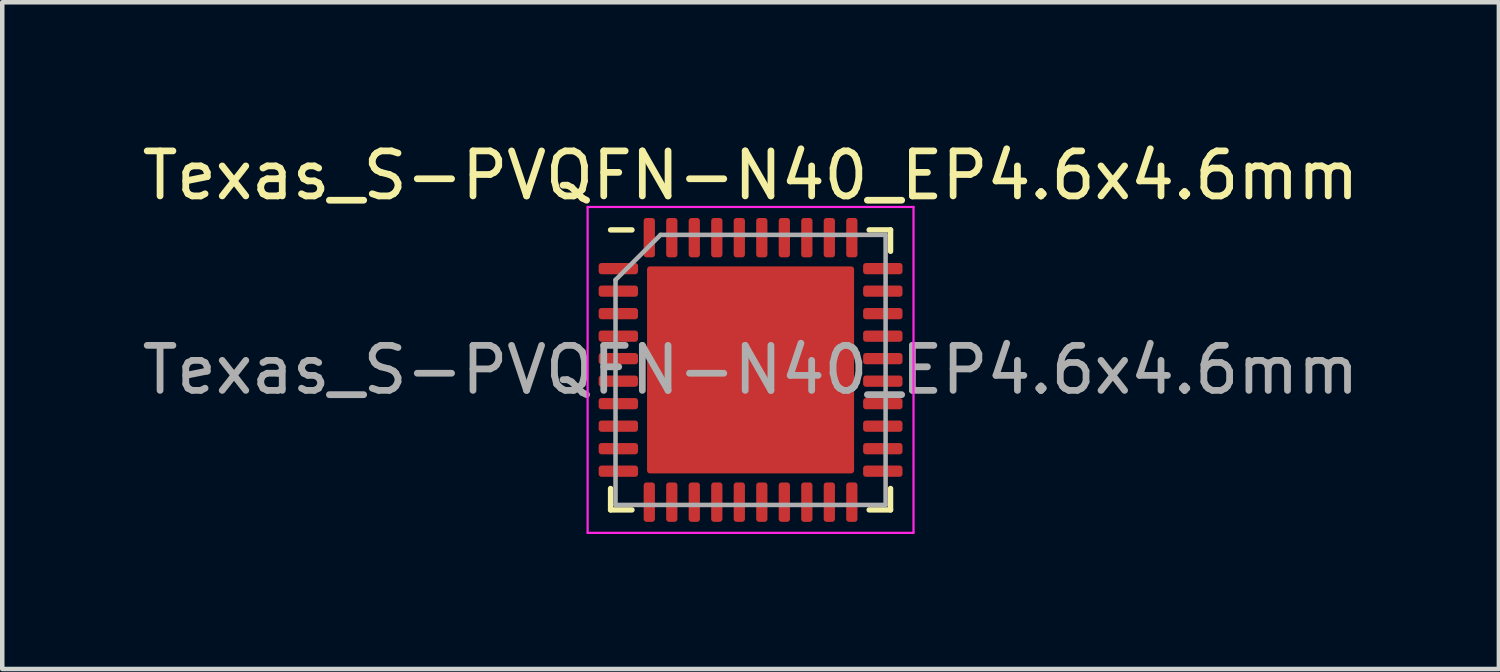
<source format=kicad_pcb>
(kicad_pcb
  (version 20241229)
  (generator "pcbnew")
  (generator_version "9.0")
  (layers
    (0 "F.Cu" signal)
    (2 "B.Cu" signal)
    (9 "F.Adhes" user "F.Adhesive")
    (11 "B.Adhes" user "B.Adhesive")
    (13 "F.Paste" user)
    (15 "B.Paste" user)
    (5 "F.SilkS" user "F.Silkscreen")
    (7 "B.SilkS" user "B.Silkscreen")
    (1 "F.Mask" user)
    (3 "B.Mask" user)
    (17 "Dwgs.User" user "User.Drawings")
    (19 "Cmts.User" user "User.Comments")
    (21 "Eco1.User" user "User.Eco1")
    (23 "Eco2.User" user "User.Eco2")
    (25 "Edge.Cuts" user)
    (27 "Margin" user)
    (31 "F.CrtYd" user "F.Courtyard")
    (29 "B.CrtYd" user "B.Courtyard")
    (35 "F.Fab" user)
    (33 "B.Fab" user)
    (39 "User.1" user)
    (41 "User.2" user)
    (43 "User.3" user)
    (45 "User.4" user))
  (footprint "Texas_S-PVQFN-N40_EP4.6x4.6mm"
    (layer "F.Cu")
    (at 13.625 5.168)
    (property "Reference" "Texas_S-PVQFN-N40_EP4.6x4.6mm" (at 0 -4.32 0) (layer "F.SilkS") (effects (font (size 1 1) (thickness 0.15))))
    (attr smd)
    (fp_line (start -3.11 3.11) (end -3.11 2.635) (stroke (width 0.12) (type solid)) (layer "F.SilkS"))
    (fp_line (start -2.635 -3.11) (end -3.11 -3.11) (stroke (width 0.12) (type solid)) (layer "F.SilkS"))
    (fp_line (start -2.635 3.11) (end -3.11 3.11) (stroke (width 0.12) (type solid)) (layer "F.SilkS"))
    (fp_line (start 2.635 -3.11) (end 3.11 -3.11) (stroke (width 0.12) (type solid)) (layer "F.SilkS"))
    (fp_line (start 2.635 3.11) (end 3.11 3.11) (stroke (width 0.12) (type solid)) (layer "F.SilkS"))
    (fp_line (start 3.11 -3.11) (end 3.11 -2.635) (stroke (width 0.12) (type solid)) (layer "F.SilkS"))
    (fp_line (start 3.11 3.11) (end 3.11 2.635) (stroke (width 0.12) (type solid)) (layer "F.SilkS"))
    (fp_line (start -3.62 -3.62) (end -3.62 3.62) (stroke (width 0.05) (type solid)) (layer "F.CrtYd"))
    (fp_line (start -3.62 3.62) (end 3.62 3.62) (stroke (width 0.05) (type solid)) (layer "F.CrtYd"))
    (fp_line (start 3.62 -3.62) (end -3.62 -3.62) (stroke (width 0.05) (type solid)) (layer "F.CrtYd"))
    (fp_line (start 3.62 3.62) (end 3.62 -3.62) (stroke (width 0.05) (type solid)) (layer "F.CrtYd"))
    (fp_line (start -3 -2) (end -2 -3) (stroke (width 0.1) (type solid)) (layer "F.Fab"))
    (fp_line (start -3 3) (end -3 -2) (stroke (width 0.1) (type solid)) (layer "F.Fab"))
    (fp_line (start -2 -3) (end 3 -3) (stroke (width 0.1) (type solid)) (layer "F.Fab"))
    (fp_line (start 3 -3) (end 3 3) (stroke (width 0.1) (type solid)) (layer "F.Fab"))
    (fp_line (start 3 3) (end -3 3) (stroke (width 0.1) (type solid)) (layer "F.Fab"))
    (fp_text user "${REFERENCE}" (at 0 0 0) (layer "F.Fab") (effects (font (size 1 1) (thickness 0.15))))
    (pad "" smd roundrect (at -1.53 -1.53) (size 1.24 1.24) (layers "F.Paste") (roundrect_rratio 0.202))
    (pad "" smd roundrect (at -1.53 0) (size 1.24 1.24) (layers "F.Paste") (roundrect_rratio 0.202))
    (pad "" smd roundrect (at -1.53 1.53) (size 1.24 1.24) (layers "F.Paste") (roundrect_rratio 0.202))
    (pad "" smd roundrect (at 0 -1.53) (size 1.24 1.24) (layers "F.Paste") (roundrect_rratio 0.202))
    (pad "" smd roundrect (at 0 0) (size 1.24 1.24) (layers "F.Paste") (roundrect_rratio 0.202))
    (pad "" smd roundrect (at 0 1.53) (size 1.24 1.24) (layers "F.Paste") (roundrect_rratio 0.202))
    (pad "" smd roundrect (at 1.53 -1.53) (size 1.24 1.24) (layers "F.Paste") (roundrect_rratio 0.202))
    (pad "" smd roundrect (at 1.53 0) (size 1.24 1.24) (layers "F.Paste") (roundrect_rratio 0.202))
    (pad "" smd roundrect (at 1.53 1.53) (size 1.24 1.24) (layers "F.Paste") (roundrect_rratio 0.202))
    (pad "1" smd roundrect (at -2.938 -2.25) (size 0.875 0.25) (layers "F.Cu" "F.Mask" "F.Paste") (roundrect_rratio 0.25))
    (pad "2" smd roundrect (at -2.938 -1.75) (size 0.875 0.25) (layers "F.Cu" "F.Mask" "F.Paste") (roundrect_rratio 0.25))
    (pad "3" smd roundrect (at -2.938 -1.25) (size 0.875 0.25) (layers "F.Cu" "F.Mask" "F.Paste") (roundrect_rratio 0.25))
    (pad "4" smd roundrect (at -2.938 -0.75) (size 0.875 0.25) (layers "F.Cu" "F.Mask" "F.Paste") (roundrect_rratio 0.25))
    (pad "5" smd roundrect (at -2.938 -0.25) (size 0.875 0.25) (layers "F.Cu" "F.Mask" "F.Paste") (roundrect_rratio 0.25))
    (pad "6" smd roundrect (at -2.938 0.25) (size 0.875 0.25) (layers "F.Cu" "F.Mask" "F.Paste") (roundrect_rratio 0.25))
    (pad "7" smd roundrect (at -2.938 0.75) (size 0.875 0.25) (layers "F.Cu" "F.Mask" "F.Paste") (roundrect_rratio 0.25))
    (pad "8" smd roundrect (at -2.938 1.25) (size 0.875 0.25) (layers "F.Cu" "F.Mask" "F.Paste") (roundrect_rratio 0.25))
    (pad "9" smd roundrect (at -2.938 1.75) (size 0.875 0.25) (layers "F.Cu" "F.Mask" "F.Paste") (roundrect_rratio 0.25))
    (pad "10" smd roundrect (at -2.938 2.25) (size 0.875 0.25) (layers "F.Cu" "F.Mask" "F.Paste") (roundrect_rratio 0.25))
    (pad "11" smd roundrect (at -2.25 2.938) (size 0.25 0.875) (layers "F.Cu" "F.Mask" "F.Paste") (roundrect_rratio 0.25))
    (pad "12" smd roundrect (at -1.75 2.938) (size 0.25 0.875) (layers "F.Cu" "F.Mask" "F.Paste") (roundrect_rratio 0.25))
    (pad "13" smd roundrect (at -1.25 2.938) (size 0.25 0.875) (layers "F.Cu" "F.Mask" "F.Paste") (roundrect_rratio 0.25))
    (pad "14" smd roundrect (at -0.75 2.938) (size 0.25 0.875) (layers "F.Cu" "F.Mask" "F.Paste") (roundrect_rratio 0.25))
    (pad "15" smd roundrect (at -0.25 2.938) (size 0.25 0.875) (layers "F.Cu" "F.Mask" "F.Paste") (roundrect_rratio 0.25))
    (pad "16" smd roundrect (at 0.25 2.938) (size 0.25 0.875) (layers "F.Cu" "F.Mask" "F.Paste") (roundrect_rratio 0.25))
    (pad "17" smd roundrect (at 0.75 2.938) (size 0.25 0.875) (layers "F.Cu" "F.Mask" "F.Paste") (roundrect_rratio 0.25))
    (pad "18" smd roundrect (at 1.25 2.938) (size 0.25 0.875) (layers "F.Cu" "F.Mask" "F.Paste") (roundrect_rratio 0.25))
    (pad "19" smd roundrect (at 1.75 2.938) (size 0.25 0.875) (layers "F.Cu" "F.Mask" "F.Paste") (roundrect_rratio 0.25))
    (pad "20" smd roundrect (at 2.25 2.938) (size 0.25 0.875) (layers "F.Cu" "F.Mask" "F.Paste") (roundrect_rratio 0.25))
    (pad "21" smd roundrect (at 2.938 2.25) (size 0.875 0.25) (layers "F.Cu" "F.Mask" "F.Paste") (roundrect_rratio 0.25))
    (pad "22" smd roundrect (at 2.938 1.75) (size 0.875 0.25) (layers "F.Cu" "F.Mask" "F.Paste") (roundrect_rratio 0.25))
    (pad "23" smd roundrect (at 2.938 1.25) (size 0.875 0.25) (layers "F.Cu" "F.Mask" "F.Paste") (roundrect_rratio 0.25))
    (pad "24" smd roundrect (at 2.938 0.75) (size 0.875 0.25) (layers "F.Cu" "F.Mask" "F.Paste") (roundrect_rratio 0.25))
    (pad "25" smd roundrect (at 2.938 0.25) (size 0.875 0.25) (layers "F.Cu" "F.Mask" "F.Paste") (roundrect_rratio 0.25))
    (pad "26" smd roundrect (at 2.938 -0.25) (size 0.875 0.25) (layers "F.Cu" "F.Mask" "F.Paste") (roundrect_rratio 0.25))
    (pad "27" smd roundrect (at 2.938 -0.75) (size 0.875 0.25) (layers "F.Cu" "F.Mask" "F.Paste") (roundrect_rratio 0.25))
    (pad "28" smd roundrect (at 2.938 -1.25) (size 0.875 0.25) (layers "F.Cu" "F.Mask" "F.Paste") (roundrect_rratio 0.25))
    (pad "29" smd roundrect (at 2.938 -1.75) (size 0.875 0.25) (layers "F.Cu" "F.Mask" "F.Paste") (roundrect_rratio 0.25))
    (pad "30" smd roundrect (at 2.938 -2.25) (size 0.875 0.25) (layers "F.Cu" "F.Mask" "F.Paste") (roundrect_rratio 0.25))
    (pad "31" smd roundrect (at 2.25 -2.938) (size 0.25 0.875) (layers "F.Cu" "F.Mask" "F.Paste") (roundrect_rratio 0.25))
    (pad "32" smd roundrect (at 1.75 -2.938) (size 0.25 0.875) (layers "F.Cu" "F.Mask" "F.Paste") (roundrect_rratio 0.25))
    (pad "33" smd roundrect (at 1.25 -2.938) (size 0.25 0.875) (layers "F.Cu" "F.Mask" "F.Paste") (roundrect_rratio 0.25))
    (pad "34" smd roundrect (at 0.75 -2.938) (size 0.25 0.875) (layers "F.Cu" "F.Mask" "F.Paste") (roundrect_rratio 0.25))
    (pad "35" smd roundrect (at 0.25 -2.938) (size 0.25 0.875) (layers "F.Cu" "F.Mask" "F.Paste") (roundrect_rratio 0.25))
    (pad "36" smd roundrect (at -0.25 -2.938) (size 0.25 0.875) (layers "F.Cu" "F.Mask" "F.Paste") (roundrect_rratio 0.25))
    (pad "37" smd roundrect (at -0.75 -2.938) (size 0.25 0.875) (layers "F.Cu" "F.Mask" "F.Paste") (roundrect_rratio 0.25))
    (pad "38" smd roundrect (at -1.25 -2.938) (size 0.25 0.875) (layers "F.Cu" "F.Mask" "F.Paste") (roundrect_rratio 0.25))
    (pad "39" smd roundrect (at -1.75 -2.938) (size 0.25 0.875) (layers "F.Cu" "F.Mask" "F.Paste") (roundrect_rratio 0.25))
    (pad "40" smd roundrect (at -2.25 -2.938) (size 0.25 0.875) (layers "F.Cu" "F.Mask" "F.Paste") (roundrect_rratio 0.25))
    (pad "41" smd roundrect (at 0 0) (size 4.6 4.6) (layers "F.Cu" "F.Mask") (roundrect_rratio 0.014)))
  (gr_rect
    (start -3 -3)
    (end 30.25 11.813)
    (stroke (width 0.1) (type default))
    (fill no)
    (layer "Edge.Cuts")))
</source>
